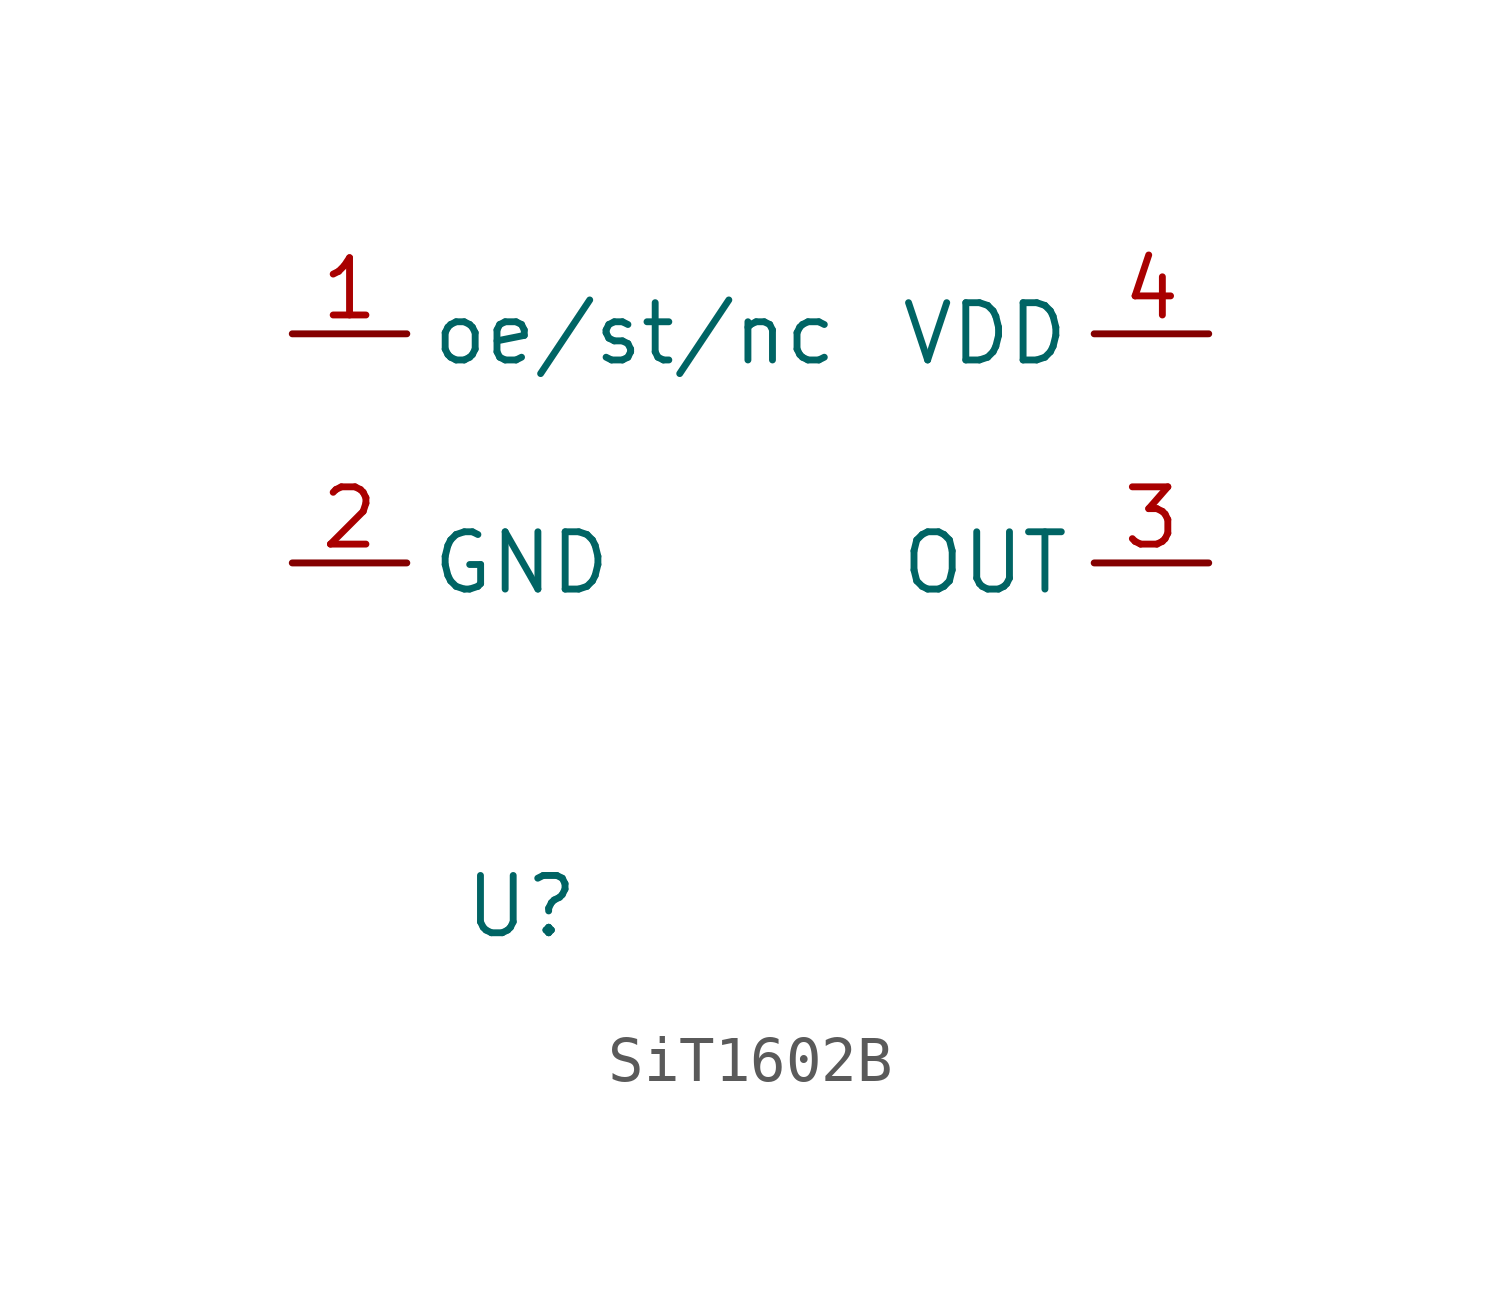
<source format=kicad_sym>
(kicad_symbol_lib
  (version 20241209)
  (generator "kicad_symbol_editor")
  (generator_version "9.0")
  (symbol "SiT1602B"
    (property "Reference" "U"
      (at 0 0 0)
      (effects (font (size 1.27 1.27))))
    (property "Value" ""
      (at 0 0 0)
      (effects (font (size 1.27 1.27))))
    (symbol "SiT1602B_1_1"
      (pin input line (at -5.08 12.7 0) (length 2.54) (name "oe/st/nc" (effects (font (size 1.27 1.27)))) (number "1" (effects (font (size 1.27 1.27)))))
      (pin input line (at -5.08 7.62 0) (length 2.54) (name "GND" (effects (font (size 1.27 1.27)))) (number "2" (effects (font (size 1.27 1.27)))))
      (pin input line (at 15.24 12.7 180) (length 2.54) (name "VDD" (effects (font (size 1.27 1.27)))) (number "4" (effects (font (size 1.27 1.27)))))
      (pin input line (at 15.24 7.62 180) (length 2.54) (name "OUT" (effects (font (size 1.27 1.27)))) (number "3" (effects (font (size 1.27 1.27))))))))
</source>
